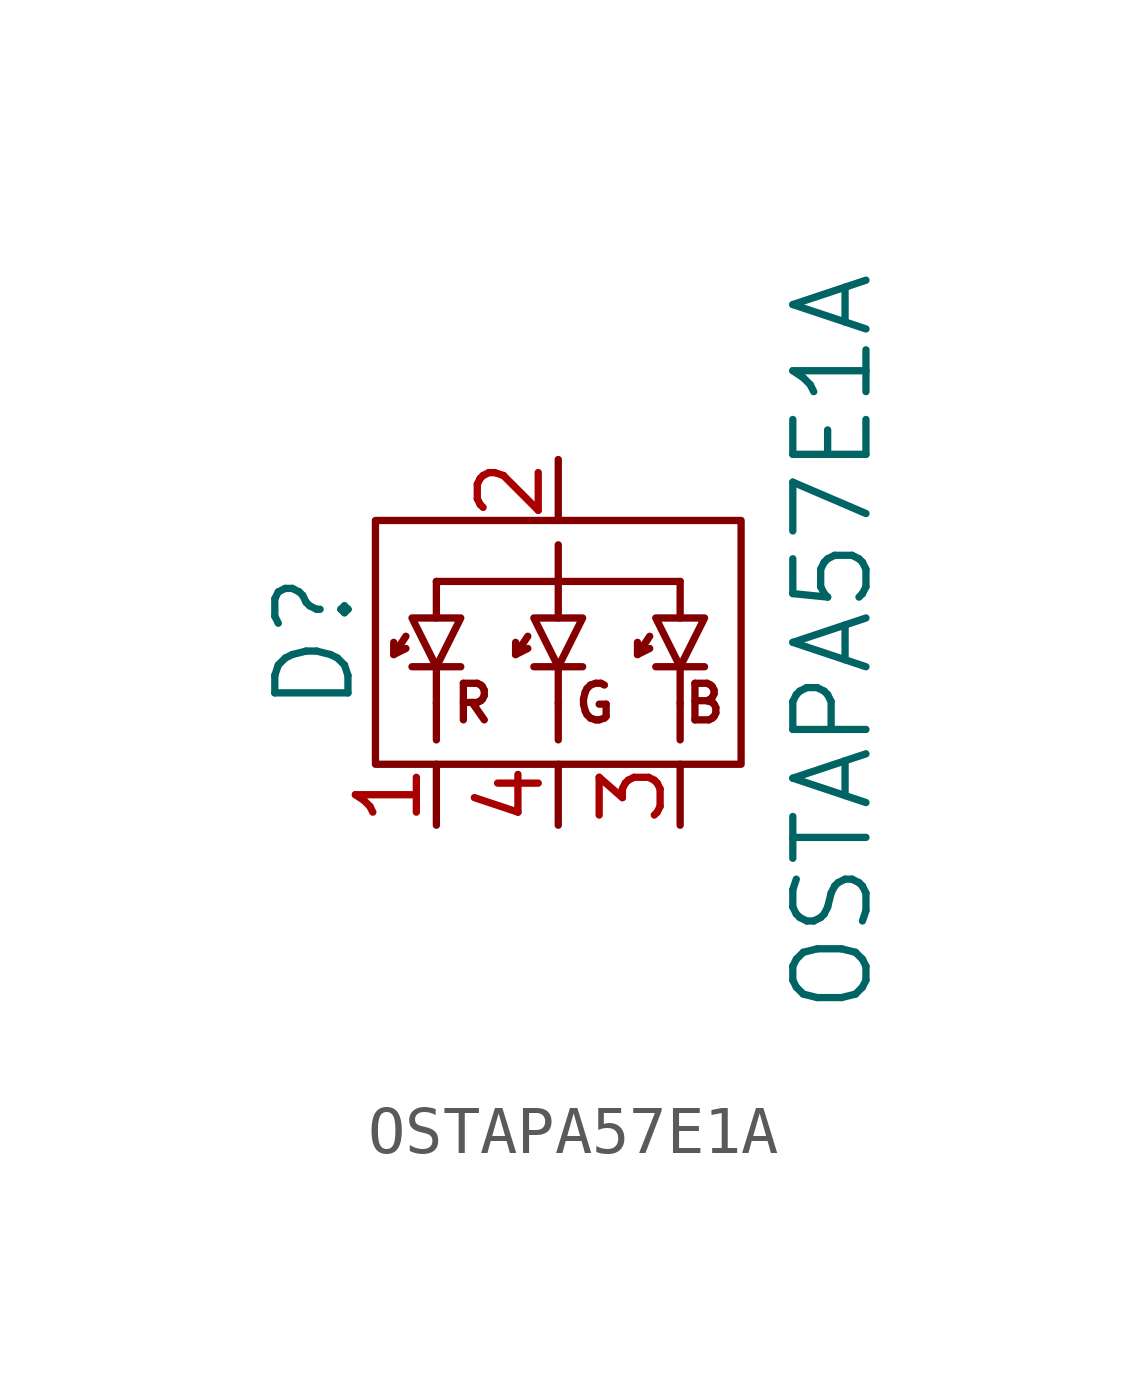
<source format=kicad_sym>
(kicad_symbol_lib
  (version 20231120)
  (generator "kicad_symbol_editor")
  (generator_version "8.0")
  (symbol "OSTAPA57E1A"
    (pin_names
      (offset 1.016))
    (property "Reference" "D"
      (at -5.08 0 90)
      (effects (font (size 1.524 1.524))))
    (property "Value" "OSTAPA57E1A"
      (at 5.715 0 90)
      (effects (font (size 1.524 1.524))))
    (property "Datasheet" ""
      (at 0 -0.254 0)
      (effects (font (size 1.524 1.524))))
    (symbol "OSTAPA57E1A_0_0"
      (polyline (pts (xy -2.54 -1.27) (xy -2.54 -2.032)) (stroke (width 0) (type default)) (fill (type none)))
      (polyline (pts (xy -2.54 1.27) (xy 2.54 1.27)) (stroke (width 0) (type default)) (fill (type none)))
      (polyline (pts (xy 0 -1.27) (xy 0 -2.032)) (stroke (width 0) (type default)) (fill (type none)))
      (polyline (pts (xy 0 1.27) (xy 0 2.032)) (stroke (width 0) (type default)) (fill (type none)))
      (polyline (pts (xy 2.54 -1.27) (xy 2.54 -2.032)) (stroke (width 0) (type default)) (fill (type none)))
      (text "B" (at 3.048 -1.27 0) (effects (font (size 0.762 0.762))))
      (text "G" (at 0.762 -1.27 0) (effects (font (size 0.762 0.762))))
      (text "R" (at -1.778 -1.27 0) (effects (font (size 0.762 0.762)))))
    (symbol "OSTAPA57E1A_0_1"
      (rectangle (start -3.81 2.54) (end 3.81 -2.54) (stroke (width 0) (type default)) (fill (type none)))
      (polyline (pts (xy -3.429 -0.254) (xy -3.175 -0.127)) (stroke (width 0) (type default)) (fill (type none)))
      (polyline (pts (xy -2.54 -0.508) (xy -2.54 -1.27)) (stroke (width 0) (type default)) (fill (type none)))
      (polyline (pts (xy -2.54 0.508) (xy -2.54 1.27)) (stroke (width 0) (type default)) (fill (type none)))
      (polyline (pts (xy -2.032 -0.508) (xy -3.048 -0.508)) (stroke (width 0) (type default)) (fill (type none)))
      (polyline (pts (xy -0.889 -0.254) (xy -0.635 -0.127)) (stroke (width 0) (type default)) (fill (type none)))
      (polyline (pts (xy 0 -0.508) (xy 0 -1.27)) (stroke (width 0) (type default)) (fill (type none)))
      (polyline (pts (xy 0 0.508) (xy 0 1.27)) (stroke (width 0) (type default)) (fill (type none)))
      (polyline (pts (xy 0.508 -0.508) (xy -0.508 -0.508)) (stroke (width 0) (type default)) (fill (type none)))
      (polyline (pts (xy 1.651 -0.254) (xy 1.905 -0.127)) (stroke (width 0) (type default)) (fill (type none)))
      (polyline (pts (xy 2.54 -0.508) (xy 2.54 -1.27)) (stroke (width 0) (type default)) (fill (type none)))
      (polyline (pts (xy 2.54 0.508) (xy 2.54 1.27)) (stroke (width 0) (type default)) (fill (type none)))
      (polyline (pts (xy 3.048 -0.508) (xy 2.032 -0.508)) (stroke (width 0) (type default)) (fill (type none)))
      (polyline (pts (xy -3.175 0.127) (xy -3.429 -0.254) (xy -3.429 0)) (stroke (width 0) (type default)) (fill (type none)))
      (polyline (pts (xy -0.635 0.127) (xy -0.889 -0.254) (xy -0.889 0)) (stroke (width 0) (type default)) (fill (type none)))
      (polyline (pts (xy 1.905 0.127) (xy 1.651 -0.254) (xy 1.651 0)) (stroke (width 0) (type default)) (fill (type none)))
      (polyline (pts (xy -3.048 0.508) (xy -2.032 0.508) (xy -2.54 -0.508) (xy -3.048 0.508)) (stroke (width 0) (type default)) (fill (type none)))
      (polyline (pts (xy -0.508 0.508) (xy 0.508 0.508) (xy 0 -0.508) (xy -0.508 0.508)) (stroke (width 0) (type default)) (fill (type none)))
      (polyline (pts (xy 2.032 0.508) (xy 3.048 0.508) (xy 2.54 -0.508) (xy 2.032 0.508)) (stroke (width 0) (type default)) (fill (type none))))
    (symbol "OSTAPA57E1A_1_1"
      (pin input line (at -2.54 -3.81 90) (length 1.27) (name "~" (effects (font (size 1.27 1.27)))) (number "1" (effects (font (size 1.27 1.27)))))
      (pin input line (at 0 3.81 270) (length 1.27) (name "~" (effects (font (size 1.27 1.27)))) (number "2" (effects (font (size 1.27 1.27)))))
      (pin input line (at 2.54 -3.81 90) (length 1.27) (name "~" (effects (font (size 1.27 1.27)))) (number "3" (effects (font (size 1.27 1.27)))))
      (pin input line (at 0 -3.81 90) (length 1.27) (name "~" (effects (font (size 1.27 1.27)))) (number "4" (effects (font (size 1.27 1.27))))))))
</source>
